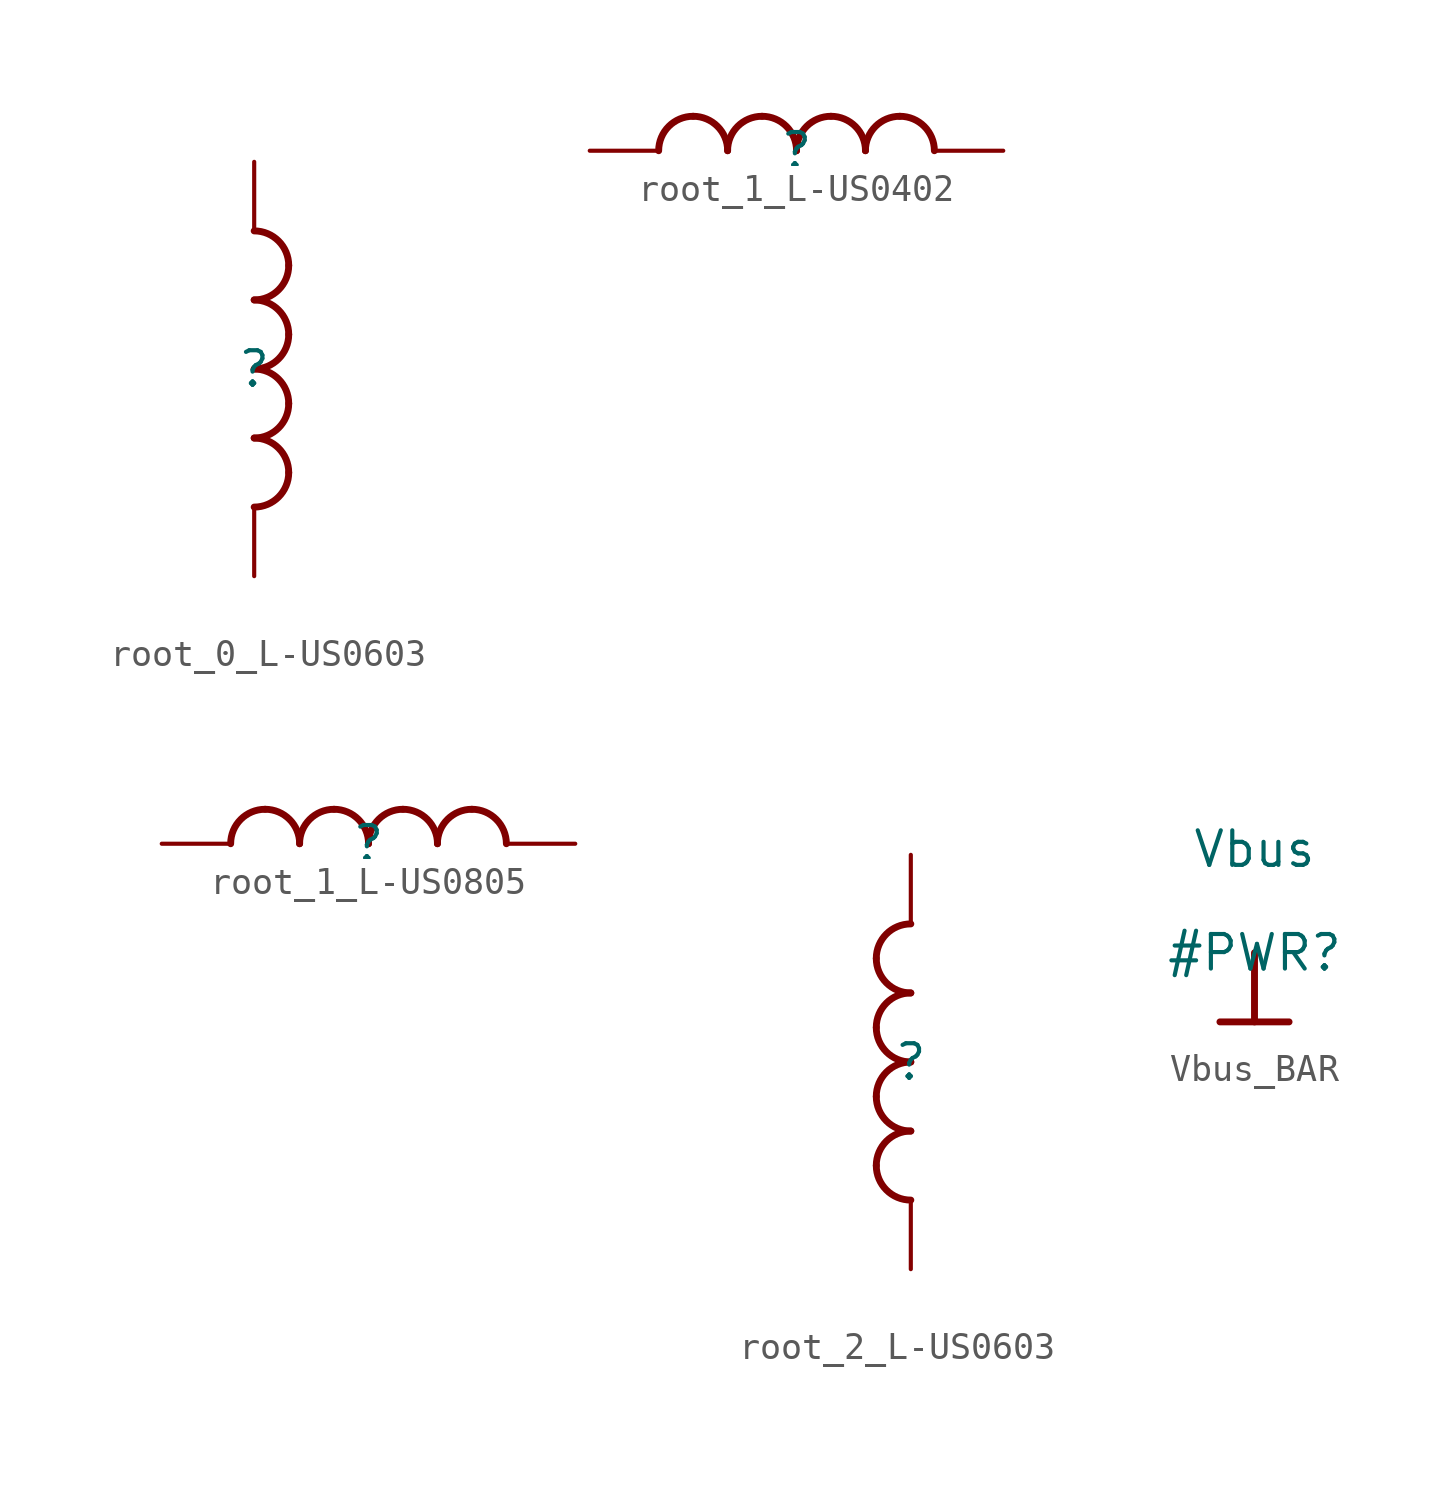
<source format=kicad_sym>
(kicad_symbol_lib
  (version 20231120)
  (generator "kicad_symbol_editor")
  (generator_version "8.0")
  (symbol "root_0_L-US0603"
    (property "Reference" ""
      (at 0 0 0)
      (effects (font (size 1.27 1.27))))
    (property "Value" ""
      (at 0 0 0)
      (effects (font (size 1.27 1.27))))
    (symbol "root_0_L-US0603_1_0"
      (arc (start 0 -5.08) (mid 0.898 -4.708) (end 1.27 -3.81) (stroke (width 0.254) (type solid) (color 128 0 0 1)) (fill (type none)))
      (arc (start 0 -2.54) (mid 0.898 -2.168) (end 1.27 -1.27) (stroke (width 0.254) (type solid) (color 128 0 0 1)) (fill (type none)))
      (arc (start 0 0) (mid 0.898 0.372) (end 1.27 1.27) (stroke (width 0.254) (type solid) (color 128 0 0 1)) (fill (type none)))
      (arc (start 0 2.54) (mid 0.898 2.912) (end 1.27 3.81) (stroke (width 0.254) (type solid) (color 128 0 0 1)) (fill (type none)))
      (arc (start 1.27 -3.81) (mid 0.898 -2.912) (end 0 -2.54) (stroke (width 0.254) (type solid) (color 128 0 0 1)) (fill (type none)))
      (arc (start 1.27 -1.27) (mid 0.898 -0.372) (end 0 0) (stroke (width 0.254) (type solid) (color 128 0 0 1)) (fill (type none)))
      (arc (start 1.27 1.27) (mid 0.898 2.168) (end 0 2.54) (stroke (width 0.254) (type solid) (color 128 0 0 1)) (fill (type none)))
      (arc (start 1.27 3.81) (mid 0.898 4.708) (end 0 5.08) (stroke (width 0.254) (type solid) (color 128 0 0 1)) (fill (type none)))
      (pin passive line (at 0 7.62 270) (length 2.54) (name "1" (effects (font (size 0 0)))) (number "1" (effects (font (size 0 0)))))
      (pin passive line (at 0 -7.62 90) (length 2.54) (name "2" (effects (font (size 0 0)))) (number "2" (effects (font (size 0 0)))))))
  (symbol "root_1_L-US0402"
    (property "Reference" ""
      (at 0 0 0)
      (effects (font (size 1.27 1.27))))
    (property "Value" ""
      (at 0 0 0)
      (effects (font (size 1.27 1.27))))
    (symbol "root_1_L-US0402_1_0"
      (arc (start -3.81 1.27) (mid -4.708 0.898) (end -5.08 0) (stroke (width 0.254) (type solid) (color 128 0 0 1)) (fill (type none)))
      (arc (start -2.54 0) (mid -2.912 0.898) (end -3.81 1.27) (stroke (width 0.254) (type solid) (color 128 0 0 1)) (fill (type none)))
      (arc (start -1.27 1.27) (mid -2.168 0.898) (end -2.54 0) (stroke (width 0.254) (type solid) (color 128 0 0 1)) (fill (type none)))
      (arc (start 0 0) (mid -0.372 0.898) (end -1.27 1.27) (stroke (width 0.254) (type solid) (color 128 0 0 1)) (fill (type none)))
      (arc (start 1.27 1.27) (mid 0.372 0.898) (end 0 0) (stroke (width 0.254) (type solid) (color 128 0 0 1)) (fill (type none)))
      (arc (start 2.54 0) (mid 2.168 0.898) (end 1.27 1.27) (stroke (width 0.254) (type solid) (color 128 0 0 1)) (fill (type none)))
      (arc (start 3.81 1.27) (mid 2.912 0.898) (end 2.54 0) (stroke (width 0.254) (type solid) (color 128 0 0 1)) (fill (type none)))
      (arc (start 5.08 0) (mid 4.708 0.898) (end 3.81 1.27) (stroke (width 0.254) (type solid) (color 128 0 0 1)) (fill (type none)))
      (pin passive line (at -7.62 0 0) (length 2.54) (name "1" (effects (font (size 0 0)))) (number "1" (effects (font (size 0 0)))))
      (pin passive line (at 7.62 0 180) (length 2.54) (name "2" (effects (font (size 0 0)))) (number "2" (effects (font (size 0 0)))))))
  (symbol "root_1_L-US0805"
    (property "Reference" ""
      (at 0 0 0)
      (effects (font (size 1.27 1.27))))
    (property "Value" ""
      (at 0 0 0)
      (effects (font (size 1.27 1.27))))
    (symbol "root_1_L-US0805_1_0"
      (arc (start -3.81 1.27) (mid -4.708 0.898) (end -5.08 0) (stroke (width 0.254) (type solid) (color 128 0 0 1)) (fill (type none)))
      (arc (start -2.54 0) (mid -2.912 0.898) (end -3.81 1.27) (stroke (width 0.254) (type solid) (color 128 0 0 1)) (fill (type none)))
      (arc (start -1.27 1.27) (mid -2.168 0.898) (end -2.54 0) (stroke (width 0.254) (type solid) (color 128 0 0 1)) (fill (type none)))
      (arc (start 0 0) (mid -0.372 0.898) (end -1.27 1.27) (stroke (width 0.254) (type solid) (color 128 0 0 1)) (fill (type none)))
      (arc (start 1.27 1.27) (mid 0.372 0.898) (end 0 0) (stroke (width 0.254) (type solid) (color 128 0 0 1)) (fill (type none)))
      (arc (start 2.54 0) (mid 2.168 0.898) (end 1.27 1.27) (stroke (width 0.254) (type solid) (color 128 0 0 1)) (fill (type none)))
      (arc (start 3.81 1.27) (mid 2.912 0.898) (end 2.54 0) (stroke (width 0.254) (type solid) (color 128 0 0 1)) (fill (type none)))
      (arc (start 5.08 0) (mid 4.708 0.898) (end 3.81 1.27) (stroke (width 0.254) (type solid) (color 128 0 0 1)) (fill (type none)))
      (pin passive line (at -7.62 0 0) (length 2.54) (name "1" (effects (font (size 0 0)))) (number "1" (effects (font (size 0 0)))))
      (pin passive line (at 7.62 0 180) (length 2.54) (name "2" (effects (font (size 0 0)))) (number "2" (effects (font (size 0 0)))))))
  (symbol "root_2_L-US0603"
    (property "Reference" ""
      (at 0 0 0)
      (effects (font (size 1.27 1.27))))
    (property "Value" ""
      (at 0 0 0)
      (effects (font (size 1.27 1.27))))
    (symbol "root_2_L-US0603_1_0"
      (arc (start -1.27 -3.81) (mid -0.898 -4.708) (end 0 -5.08) (stroke (width 0.254) (type solid) (color 128 0 0 1)) (fill (type none)))
      (arc (start -1.27 -1.27) (mid -0.898 -2.168) (end 0 -2.54) (stroke (width 0.254) (type solid) (color 128 0 0 1)) (fill (type none)))
      (arc (start -1.27 1.27) (mid -0.898 0.372) (end 0 0) (stroke (width 0.254) (type solid) (color 128 0 0 1)) (fill (type none)))
      (arc (start -1.27 3.81) (mid -0.898 2.912) (end 0 2.54) (stroke (width 0.254) (type solid) (color 128 0 0 1)) (fill (type none)))
      (arc (start 0 -2.54) (mid -0.898 -2.912) (end -1.27 -3.81) (stroke (width 0.254) (type solid) (color 128 0 0 1)) (fill (type none)))
      (arc (start 0 0) (mid -0.898 -0.372) (end -1.27 -1.27) (stroke (width 0.254) (type solid) (color 128 0 0 1)) (fill (type none)))
      (arc (start 0 2.54) (mid -0.898 2.168) (end -1.27 1.27) (stroke (width 0.254) (type solid) (color 128 0 0 1)) (fill (type none)))
      (arc (start 0 5.08) (mid -0.898 4.708) (end -1.27 3.81) (stroke (width 0.254) (type solid) (color 128 0 0 1)) (fill (type none)))
      (pin passive line (at 0 -7.62 90) (length 2.54) (name "1" (effects (font (size 0 0)))) (number "1" (effects (font (size 0 0)))))
      (pin passive line (at 0 7.62 270) (length 2.54) (name "2" (effects (font (size 0 0)))) (number "2" (effects (font (size 0 0)))))))
  (symbol "Vbus_BAR"
    (power)
    (property "Reference" "#PWR"
      (at 0 0 0)
      (effects (font (size 1.27 1.27))))
    (property "Value" "Vbus"
      (at 0 3.81 0)
      (effects (font (size 1.27 1.27))))
    (symbol "Vbus_BAR_0_0"
      (polyline (pts (xy -1.27 -2.54) (xy 1.27 -2.54)) (stroke (width 0.254) (type solid)) (fill (type none)))
      (polyline (pts (xy 0 0) (xy 0 -2.54)) (stroke (width 0.254) (type solid)) (fill (type none)))
      (pin power_in line (at 0 0 0) (length 0) hide (name "Vbus" (effects (font (size 1.27 1.27)))) (number "" (effects (font (size 1.27 1.27))))))))
</source>
